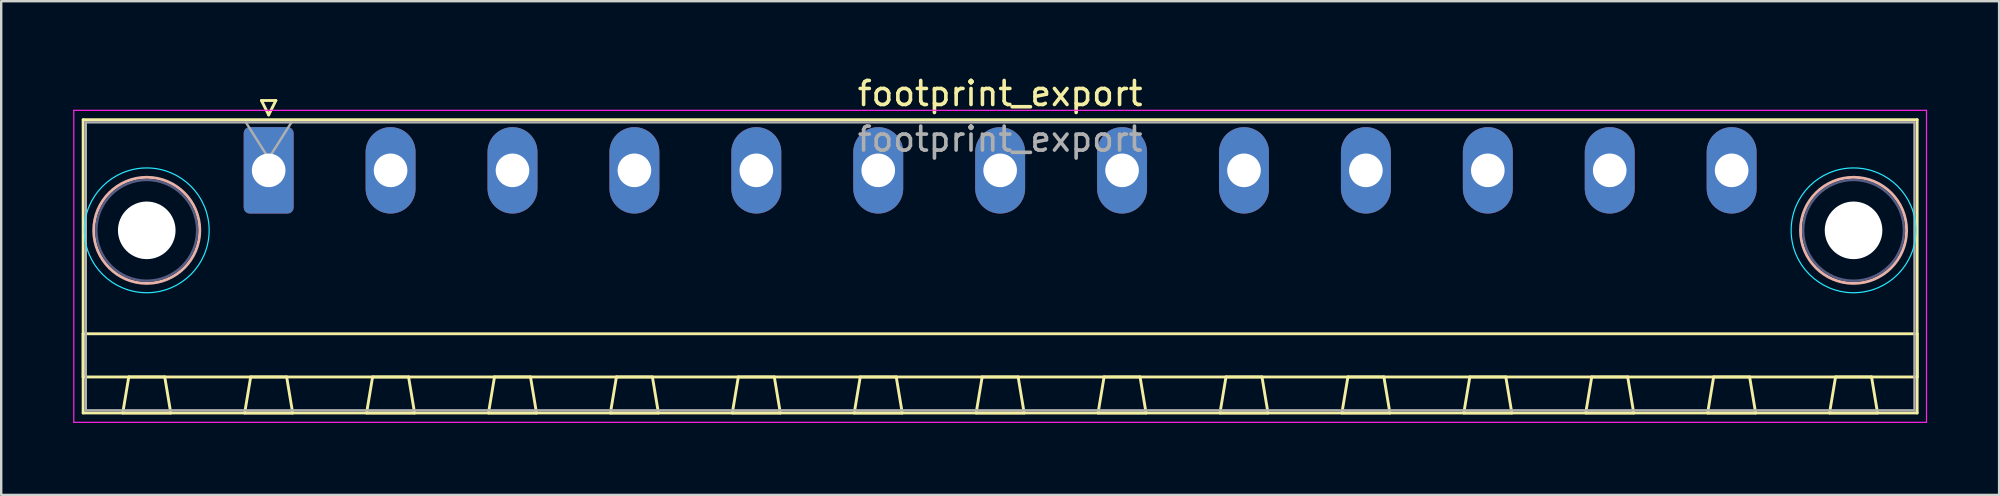
<source format=kicad_pcb>
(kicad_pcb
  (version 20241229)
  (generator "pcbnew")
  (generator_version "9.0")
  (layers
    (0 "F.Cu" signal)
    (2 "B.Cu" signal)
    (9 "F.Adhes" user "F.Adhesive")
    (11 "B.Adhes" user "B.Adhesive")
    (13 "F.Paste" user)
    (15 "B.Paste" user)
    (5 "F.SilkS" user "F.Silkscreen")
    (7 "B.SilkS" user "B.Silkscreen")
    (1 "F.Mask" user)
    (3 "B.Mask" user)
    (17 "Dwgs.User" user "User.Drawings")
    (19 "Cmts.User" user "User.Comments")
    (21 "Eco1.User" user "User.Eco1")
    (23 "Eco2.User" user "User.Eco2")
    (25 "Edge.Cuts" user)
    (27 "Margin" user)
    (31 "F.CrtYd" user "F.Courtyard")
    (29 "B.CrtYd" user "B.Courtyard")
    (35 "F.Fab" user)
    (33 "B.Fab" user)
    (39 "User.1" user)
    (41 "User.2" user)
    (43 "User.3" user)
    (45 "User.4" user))
  (footprint "footprint_export"
    (layer "F.Cu")
    (at 8.145 4.048)
    (property "Reference" "footprint_export" (at 30.48 -3.2 0) (layer "F.SilkS") (effects (font (size 1 1) (thickness 0.15))))
    (attr through_hole)
    (fp_line (start -7.73 -2.11) (end -7.73 10.11) (stroke (width 0.12) (type solid)) (layer "F.SilkS"))
    (fp_line (start -7.73 6.81) (end 68.69 6.81) (stroke (width 0.12) (type solid)) (layer "F.SilkS"))
    (fp_line (start -7.73 8.61) (end -7.73 6.81) (stroke (width 0.12) (type solid)) (layer "F.SilkS"))
    (fp_line (start -7.73 10.11) (end 68.69 10.11) (stroke (width 0.12) (type solid)) (layer "F.SilkS"))
    (fp_line (start -6.08 10.11) (end -4.08 10.11) (stroke (width 0.12) (type solid)) (layer "F.SilkS"))
    (fp_line (start -5.83 8.61) (end -6.08 10.11) (stroke (width 0.12) (type solid)) (layer "F.SilkS"))
    (fp_line (start -4.33 8.61) (end -5.83 8.61) (stroke (width 0.12) (type solid)) (layer "F.SilkS"))
    (fp_line (start -4.08 10.11) (end -4.33 8.61) (stroke (width 0.12) (type solid)) (layer "F.SilkS"))
    (fp_line (start -1 10.11) (end 1 10.11) (stroke (width 0.12) (type solid)) (layer "F.SilkS"))
    (fp_line (start -0.75 8.61) (end -1 10.11) (stroke (width 0.12) (type solid)) (layer "F.SilkS"))
    (fp_line (start -0.3 -2.91) (end 0.3 -2.91) (stroke (width 0.12) (type solid)) (layer "F.SilkS"))
    (fp_line (start 0 -2.31) (end -0.3 -2.91) (stroke (width 0.12) (type solid)) (layer "F.SilkS"))
    (fp_line (start 0.3 -2.91) (end 0 -2.31) (stroke (width 0.12) (type solid)) (layer "F.SilkS"))
    (fp_line (start 0.75 8.61) (end -0.75 8.61) (stroke (width 0.12) (type solid)) (layer "F.SilkS"))
    (fp_line (start 1 10.11) (end 0.75 8.61) (stroke (width 0.12) (type solid)) (layer "F.SilkS"))
    (fp_line (start 4.08 10.11) (end 6.08 10.11) (stroke (width 0.12) (type solid)) (layer "F.SilkS"))
    (fp_line (start 4.33 8.61) (end 4.08 10.11) (stroke (width 0.12) (type solid)) (layer "F.SilkS"))
    (fp_line (start 5.83 8.61) (end 4.33 8.61) (stroke (width 0.12) (type solid)) (layer "F.SilkS"))
    (fp_line (start 6.08 10.11) (end 5.83 8.61) (stroke (width 0.12) (type solid)) (layer "F.SilkS"))
    (fp_line (start 9.16 10.11) (end 11.16 10.11) (stroke (width 0.12) (type solid)) (layer "F.SilkS"))
    (fp_line (start 9.41 8.61) (end 9.16 10.11) (stroke (width 0.12) (type solid)) (layer "F.SilkS"))
    (fp_line (start 10.91 8.61) (end 9.41 8.61) (stroke (width 0.12) (type solid)) (layer "F.SilkS"))
    (fp_line (start 11.16 10.11) (end 10.91 8.61) (stroke (width 0.12) (type solid)) (layer "F.SilkS"))
    (fp_line (start 14.24 10.11) (end 16.24 10.11) (stroke (width 0.12) (type solid)) (layer "F.SilkS"))
    (fp_line (start 14.49 8.61) (end 14.24 10.11) (stroke (width 0.12) (type solid)) (layer "F.SilkS"))
    (fp_line (start 15.99 8.61) (end 14.49 8.61) (stroke (width 0.12) (type solid)) (layer "F.SilkS"))
    (fp_line (start 16.24 10.11) (end 15.99 8.61) (stroke (width 0.12) (type solid)) (layer "F.SilkS"))
    (fp_line (start 19.32 10.11) (end 21.32 10.11) (stroke (width 0.12) (type solid)) (layer "F.SilkS"))
    (fp_line (start 19.57 8.61) (end 19.32 10.11) (stroke (width 0.12) (type solid)) (layer "F.SilkS"))
    (fp_line (start 21.07 8.61) (end 19.57 8.61) (stroke (width 0.12) (type solid)) (layer "F.SilkS"))
    (fp_line (start 21.32 10.11) (end 21.07 8.61) (stroke (width 0.12) (type solid)) (layer "F.SilkS"))
    (fp_line (start 24.4 10.11) (end 26.4 10.11) (stroke (width 0.12) (type solid)) (layer "F.SilkS"))
    (fp_line (start 24.65 8.61) (end 24.4 10.11) (stroke (width 0.12) (type solid)) (layer "F.SilkS"))
    (fp_line (start 26.15 8.61) (end 24.65 8.61) (stroke (width 0.12) (type solid)) (layer "F.SilkS"))
    (fp_line (start 26.4 10.11) (end 26.15 8.61) (stroke (width 0.12) (type solid)) (layer "F.SilkS"))
    (fp_line (start 29.48 10.11) (end 31.48 10.11) (stroke (width 0.12) (type solid)) (layer "F.SilkS"))
    (fp_line (start 29.73 8.61) (end 29.48 10.11) (stroke (width 0.12) (type solid)) (layer "F.SilkS"))
    (fp_line (start 31.23 8.61) (end 29.73 8.61) (stroke (width 0.12) (type solid)) (layer "F.SilkS"))
    (fp_line (start 31.48 10.11) (end 31.23 8.61) (stroke (width 0.12) (type solid)) (layer "F.SilkS"))
    (fp_line (start 34.56 10.11) (end 36.56 10.11) (stroke (width 0.12) (type solid)) (layer "F.SilkS"))
    (fp_line (start 34.81 8.61) (end 34.56 10.11) (stroke (width 0.12) (type solid)) (layer "F.SilkS"))
    (fp_line (start 36.31 8.61) (end 34.81 8.61) (stroke (width 0.12) (type solid)) (layer "F.SilkS"))
    (fp_line (start 36.56 10.11) (end 36.31 8.61) (stroke (width 0.12) (type solid)) (layer "F.SilkS"))
    (fp_line (start 39.64 10.11) (end 41.64 10.11) (stroke (width 0.12) (type solid)) (layer "F.SilkS"))
    (fp_line (start 39.89 8.61) (end 39.64 10.11) (stroke (width 0.12) (type solid)) (layer "F.SilkS"))
    (fp_line (start 41.39 8.61) (end 39.89 8.61) (stroke (width 0.12) (type solid)) (layer "F.SilkS"))
    (fp_line (start 41.64 10.11) (end 41.39 8.61) (stroke (width 0.12) (type solid)) (layer "F.SilkS"))
    (fp_line (start 44.72 10.11) (end 46.72 10.11) (stroke (width 0.12) (type solid)) (layer "F.SilkS"))
    (fp_line (start 44.97 8.61) (end 44.72 10.11) (stroke (width 0.12) (type solid)) (layer "F.SilkS"))
    (fp_line (start 46.47 8.61) (end 44.97 8.61) (stroke (width 0.12) (type solid)) (layer "F.SilkS"))
    (fp_line (start 46.72 10.11) (end 46.47 8.61) (stroke (width 0.12) (type solid)) (layer "F.SilkS"))
    (fp_line (start 49.8 10.11) (end 51.8 10.11) (stroke (width 0.12) (type solid)) (layer "F.SilkS"))
    (fp_line (start 50.05 8.61) (end 49.8 10.11) (stroke (width 0.12) (type solid)) (layer "F.SilkS"))
    (fp_line (start 51.55 8.61) (end 50.05 8.61) (stroke (width 0.12) (type solid)) (layer "F.SilkS"))
    (fp_line (start 51.8 10.11) (end 51.55 8.61) (stroke (width 0.12) (type solid)) (layer "F.SilkS"))
    (fp_line (start 54.88 10.11) (end 56.88 10.11) (stroke (width 0.12) (type solid)) (layer "F.SilkS"))
    (fp_line (start 55.13 8.61) (end 54.88 10.11) (stroke (width 0.12) (type solid)) (layer "F.SilkS"))
    (fp_line (start 56.63 8.61) (end 55.13 8.61) (stroke (width 0.12) (type solid)) (layer "F.SilkS"))
    (fp_line (start 56.88 10.11) (end 56.63 8.61) (stroke (width 0.12) (type solid)) (layer "F.SilkS"))
    (fp_line (start 59.96 10.11) (end 61.96 10.11) (stroke (width 0.12) (type solid)) (layer "F.SilkS"))
    (fp_line (start 60.21 8.61) (end 59.96 10.11) (stroke (width 0.12) (type solid)) (layer "F.SilkS"))
    (fp_line (start 61.71 8.61) (end 60.21 8.61) (stroke (width 0.12) (type solid)) (layer "F.SilkS"))
    (fp_line (start 61.96 10.11) (end 61.71 8.61) (stroke (width 0.12) (type solid)) (layer "F.SilkS"))
    (fp_line (start 65.04 10.11) (end 67.04 10.11) (stroke (width 0.12) (type solid)) (layer "F.SilkS"))
    (fp_line (start 65.29 8.61) (end 65.04 10.11) (stroke (width 0.12) (type solid)) (layer "F.SilkS"))
    (fp_line (start 66.79 8.61) (end 65.29 8.61) (stroke (width 0.12) (type solid)) (layer "F.SilkS"))
    (fp_line (start 67.04 10.11) (end 66.79 8.61) (stroke (width 0.12) (type solid)) (layer "F.SilkS"))
    (fp_line (start 68.69 -2.11) (end -7.73 -2.11) (stroke (width 0.12) (type solid)) (layer "F.SilkS"))
    (fp_line (start 68.69 6.81) (end 68.69 8.61) (stroke (width 0.12) (type solid)) (layer "F.SilkS"))
    (fp_line (start 68.69 8.61) (end -7.73 8.61) (stroke (width 0.12) (type solid)) (layer "F.SilkS"))
    (fp_line (start 68.69 10.11) (end 68.69 -2.11) (stroke (width 0.12) (type solid)) (layer "F.SilkS"))
    (fp_circle (center -5.08 2.5) (end -2.87 2.5) (stroke (width 0.12) (type solid)) (fill no) (layer "B.SilkS"))
    (fp_circle (center 66.04 2.5) (end 68.25 2.5) (stroke (width 0.12) (type solid)) (fill no) (layer "B.SilkS"))
    (fp_circle (center -5.08 2.5) (end -2.48 2.5) (stroke (width 0.05) (type solid)) (fill no) (layer "B.CrtYd"))
    (fp_circle (center 66.04 2.5) (end 68.64 2.5) (stroke (width 0.05) (type solid)) (fill no) (layer "B.CrtYd"))
    (fp_line (start -8.12 -2.5) (end -8.12 10.5) (stroke (width 0.05) (type solid)) (layer "F.CrtYd"))
    (fp_line (start -8.12 10.5) (end 69.08 10.5) (stroke (width 0.05) (type solid)) (layer "F.CrtYd"))
    (fp_line (start 69.08 -2.5) (end -8.12 -2.5) (stroke (width 0.05) (type solid)) (layer "F.CrtYd"))
    (fp_line (start 69.08 10.5) (end 69.08 -2.5) (stroke (width 0.05) (type solid)) (layer "F.CrtYd"))
    (fp_circle (center -5.08 2.5) (end -2.98 2.5) (stroke (width 0.1) (type solid)) (fill no) (layer "B.Fab"))
    (fp_circle (center 66.04 2.5) (end 68.14 2.5) (stroke (width 0.1) (type solid)) (fill no) (layer "B.Fab"))
    (fp_line (start -7.62 -2) (end -7.62 10) (stroke (width 0.1) (type solid)) (layer "F.Fab"))
    (fp_line (start -7.62 10) (end 68.58 10) (stroke (width 0.1) (type solid)) (layer "F.Fab"))
    (fp_line (start 0 -0.5) (end -0.95 -2) (stroke (width 0.1) (type solid)) (layer "F.Fab"))
    (fp_line (start 0.95 -2) (end 0 -0.5) (stroke (width 0.1) (type solid)) (layer "F.Fab"))
    (fp_line (start 68.58 -2) (end -7.62 -2) (stroke (width 0.1) (type solid)) (layer "F.Fab"))
    (fp_line (start 68.58 10) (end 68.58 -2) (stroke (width 0.1) (type solid)) (layer "F.Fab"))
    (fp_text user "${REFERENCE}" (at 30.48 -1.3 0) (layer "F.Fab") (effects (font (size 1 1) (thickness 0.15))))
    (pad "" np_thru_hole circle (at -5.08 2.5) (size 2.4 2.4) (drill 2.4) (layers "*.Cu" "*.Mask"))
    (pad "" np_thru_hole circle (at 66.04 2.5) (size 2.4 2.4) (drill 2.4) (layers "*.Cu" "*.Mask"))
    (pad "1" thru_hole roundrect (at 0 0) (size 2.08 3.6) (drill 1.4) (layers "*.Cu" "*.Mask") (roundrect_rratio 0.12))
    (pad "2" thru_hole oval (at 5.08 0) (size 2.08 3.6) (drill 1.4) (layers "*.Cu" "*.Mask"))
    (pad "3" thru_hole oval (at 10.16 0) (size 2.08 3.6) (drill 1.4) (layers "*.Cu" "*.Mask"))
    (pad "4" thru_hole oval (at 15.24 0) (size 2.08 3.6) (drill 1.4) (layers "*.Cu" "*.Mask"))
    (pad "5" thru_hole oval (at 20.32 0) (size 2.08 3.6) (drill 1.4) (layers "*.Cu" "*.Mask"))
    (pad "6" thru_hole oval (at 25.4 0) (size 2.08 3.6) (drill 1.4) (layers "*.Cu" "*.Mask"))
    (pad "7" thru_hole oval (at 30.48 0) (size 2.08 3.6) (drill 1.4) (layers "*.Cu" "*.Mask"))
    (pad "8" thru_hole oval (at 35.56 0) (size 2.08 3.6) (drill 1.4) (layers "*.Cu" "*.Mask"))
    (pad "9" thru_hole oval (at 40.64 0) (size 2.08 3.6) (drill 1.4) (layers "*.Cu" "*.Mask"))
    (pad "10" thru_hole oval (at 45.72 0) (size 2.08 3.6) (drill 1.4) (layers "*.Cu" "*.Mask"))
    (pad "11" thru_hole oval (at 50.8 0) (size 2.08 3.6) (drill 1.4) (layers "*.Cu" "*.Mask"))
    (pad "12" thru_hole oval (at 55.88 0) (size 2.08 3.6) (drill 1.4) (layers "*.Cu" "*.Mask"))
    (pad "13" thru_hole oval (at 60.96 0) (size 2.08 3.6) (drill 1.4) (layers "*.Cu" "*.Mask")))
  (gr_rect
    (start -3 -3)
    (end 80.25 17.573)
    (stroke (width 0.1) (type default))
    (fill no)
    (layer "Edge.Cuts")))
</source>
